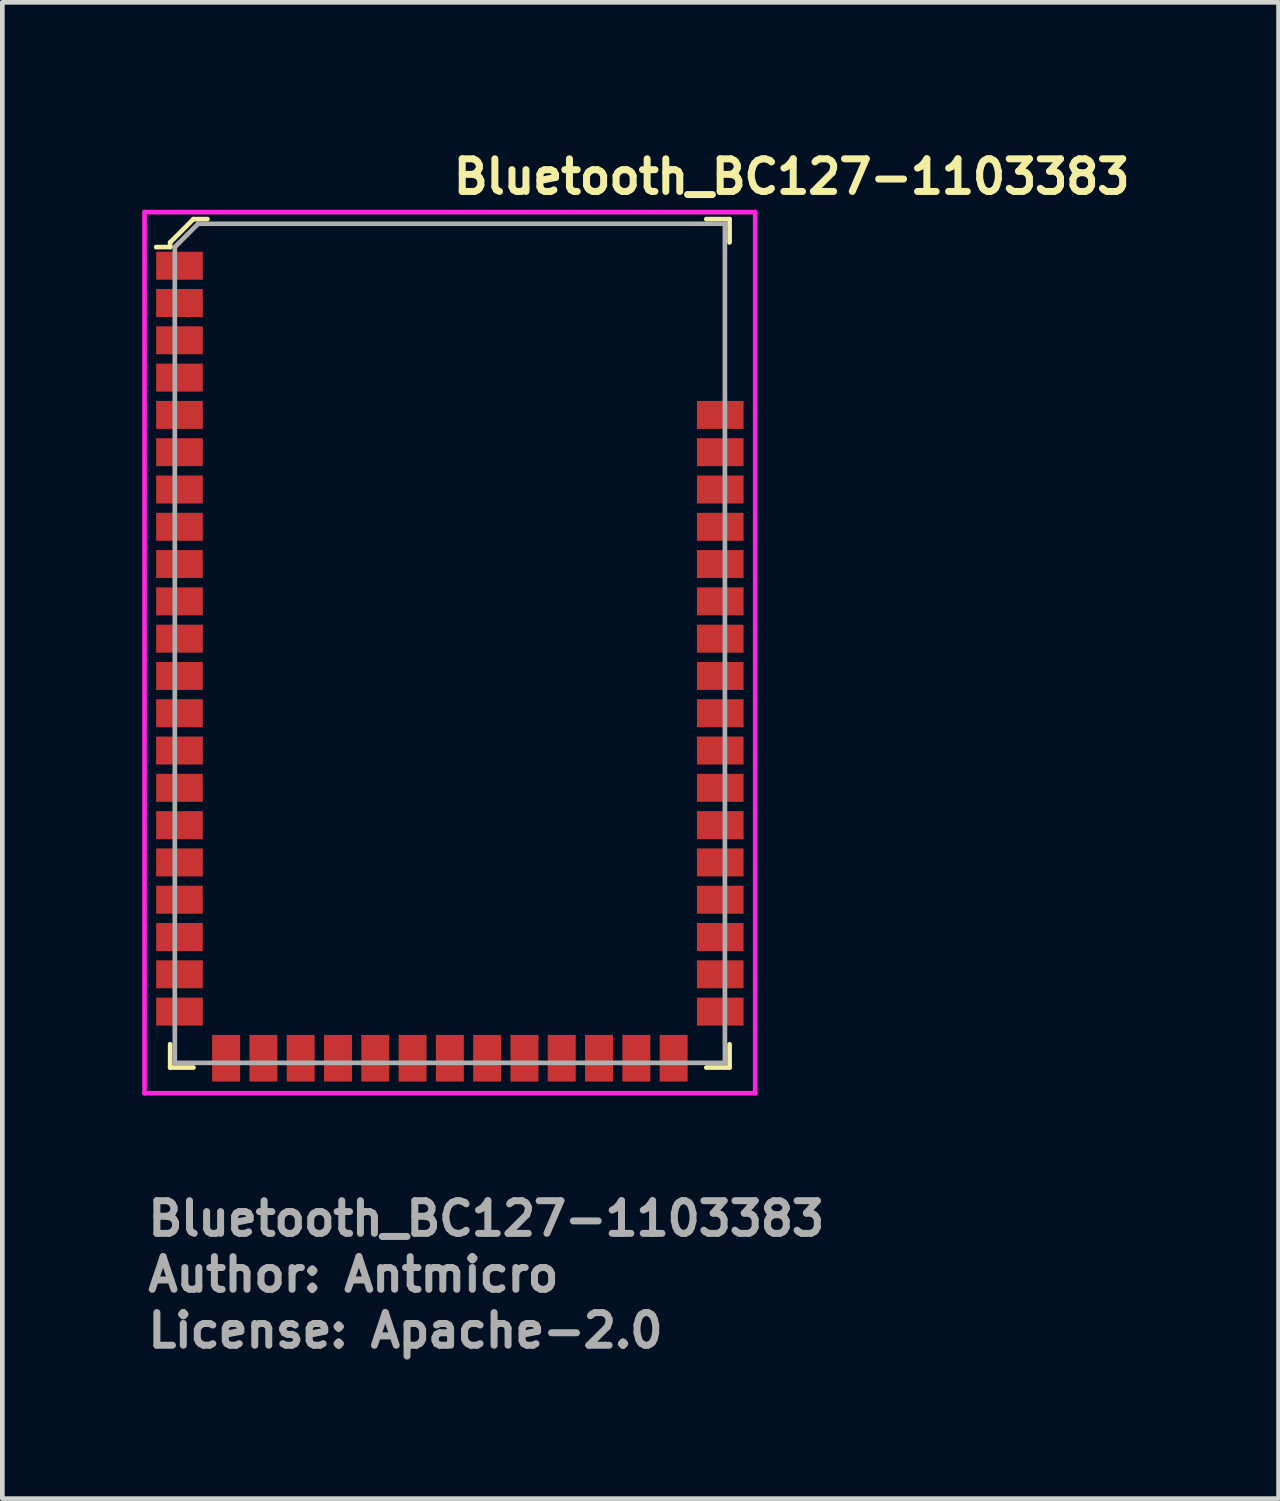
<source format=kicad_pcb>
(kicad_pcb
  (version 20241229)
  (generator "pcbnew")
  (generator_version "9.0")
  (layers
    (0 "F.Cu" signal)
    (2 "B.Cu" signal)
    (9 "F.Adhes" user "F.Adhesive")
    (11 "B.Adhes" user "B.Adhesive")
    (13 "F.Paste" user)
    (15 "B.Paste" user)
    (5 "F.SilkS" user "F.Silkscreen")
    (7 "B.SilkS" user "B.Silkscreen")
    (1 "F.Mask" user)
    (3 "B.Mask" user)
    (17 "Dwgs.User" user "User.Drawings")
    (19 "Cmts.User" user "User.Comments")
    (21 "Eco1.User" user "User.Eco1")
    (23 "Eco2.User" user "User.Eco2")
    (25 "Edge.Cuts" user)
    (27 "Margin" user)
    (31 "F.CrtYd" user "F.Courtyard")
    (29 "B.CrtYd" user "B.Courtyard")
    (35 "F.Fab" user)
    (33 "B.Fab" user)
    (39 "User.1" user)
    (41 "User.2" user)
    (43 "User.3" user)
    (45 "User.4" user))
  (footprint "Bluetooth_BC127-1103383"
    (layer "F.Cu")
    (at 6.6 10.75)
    (property "Reference" "Bluetooth_BC127-1103383" (at 0 -9.6 0) (layer "F.SilkS") (effects (font (size 0.7 0.7) (thickness 0.15)) (justify left bottom)))
    (attr smd)
    (fp_line (start -6 -8.6) (end -6 -8.5) (stroke (width 0.1) (type solid)) (layer "F.SilkS"))
    (fp_line (start -6 -8.5) (end -6.3 -8.5) (stroke (width 0.1) (type solid)) (layer "F.SilkS"))
    (fp_line (start -6 9.1) (end -6 8.6) (stroke (width 0.1) (type solid)) (layer "F.SilkS"))
    (fp_line (start -6 9.1) (end -5.5 9.1) (stroke (width 0.1) (type solid)) (layer "F.SilkS"))
    (fp_line (start -5.5 -9.1) (end -6 -8.6) (stroke (width 0.1) (type solid)) (layer "F.SilkS"))
    (fp_line (start -5.2 -9.1) (end -5.5 -9.1) (stroke (width 0.1) (type solid)) (layer "F.SilkS"))
    (fp_line (start 6 -9.1) (end 5.5 -9.1) (stroke (width 0.1) (type solid)) (layer "F.SilkS"))
    (fp_line (start 6 -9.1) (end 6 -8.6) (stroke (width 0.1) (type solid)) (layer "F.SilkS"))
    (fp_line (start 6 9.1) (end 5.5 9.1) (stroke (width 0.1) (type solid)) (layer "F.SilkS"))
    (fp_line (start 6 9.1) (end 6 8.6) (stroke (width 0.1) (type solid)) (layer "F.SilkS"))
    (fp_line (start -6.55 9.65) (end -6.55 -9.25) (stroke (width 0.1) (type solid)) (layer "F.CrtYd"))
    (fp_line (start 6.55 -9.25) (end -6.55 -9.25) (stroke (width 0.1) (type solid)) (layer "F.CrtYd"))
    (fp_line (start 6.55 9.65) (end -6.55 9.65) (stroke (width 0.1) (type solid)) (layer "F.CrtYd"))
    (fp_line (start 6.55 9.65) (end 6.55 -9.25) (stroke (width 0.1) (type solid)) (layer "F.CrtYd"))
    (fp_line (start -5.9 -8.5) (end -5.9 9) (stroke (width 0.1) (type solid)) (layer "F.Fab"))
    (fp_line (start -5.9 -8.5) (end -5.4 -9) (stroke (width 0.1) (type solid)) (layer "F.Fab"))
    (fp_line (start -5.9 9) (end 5.9 9) (stroke (width 0.1) (type solid)) (layer "F.Fab"))
    (fp_line (start -5.4 -9) (end 5.9 -9) (stroke (width 0.1) (type solid)) (layer "F.Fab"))
    (fp_line (start 5.9 -9) (end 5.9 9) (stroke (width 0.1) (type solid)) (layer "F.Fab"))
    (fp_text user "License: Apache-2.0" (at -6.55 15.15 0) (layer "F.Fab") (effects (font (size 0.7 0.7) (thickness 0.15)) (justify left bottom)))
    (fp_text user "${REFERENCE}" (at -6.55 12.75 0) (layer "F.Fab") (effects (font (size 0.7 0.7) (thickness 0.15)) (justify left bottom)))
    (fp_text user "Author: Antmicro" (at -6.55 13.95 0) (layer "F.Fab") (effects (font (size 0.7 0.7) (thickness 0.15)) (justify left bottom)))
    (pad "1" smd rect (at -5.8 -8.1) (size 1 0.6) (layers "F.Cu" "F.Mask" "F.Paste"))
    (pad "2" smd rect (at -5.8 -7.3) (size 1 0.6) (layers "F.Cu" "F.Mask" "F.Paste"))
    (pad "3" smd rect (at -5.8 -6.5) (size 1 0.6) (layers "F.Cu" "F.Mask" "F.Paste"))
    (pad "4" smd rect (at -5.8 -5.7) (size 1 0.6) (layers "F.Cu" "F.Mask" "F.Paste"))
    (pad "5" smd rect (at -5.8 -4.9) (size 1 0.6) (layers "F.Cu" "F.Mask" "F.Paste"))
    (pad "6" smd rect (at -5.8 -4.1) (size 1 0.6) (layers "F.Cu" "F.Mask" "F.Paste"))
    (pad "7" smd rect (at -5.8 -3.3) (size 1 0.6) (layers "F.Cu" "F.Mask" "F.Paste"))
    (pad "8" smd rect (at -5.8 -2.5) (size 1 0.6) (layers "F.Cu" "F.Mask" "F.Paste"))
    (pad "9" smd rect (at -5.8 -1.7) (size 1 0.6) (layers "F.Cu" "F.Mask" "F.Paste"))
    (pad "10" smd rect (at -5.8 -0.9) (size 1 0.6) (layers "F.Cu" "F.Mask" "F.Paste"))
    (pad "11" smd rect (at -5.8 -0.1) (size 1 0.6) (layers "F.Cu" "F.Mask" "F.Paste"))
    (pad "12" smd rect (at -5.8 0.7) (size 1 0.6) (layers "F.Cu" "F.Mask" "F.Paste"))
    (pad "13" smd rect (at -5.8 1.5) (size 1 0.6) (layers "F.Cu" "F.Mask" "F.Paste"))
    (pad "14" smd rect (at -5.8 2.3) (size 1 0.6) (layers "F.Cu" "F.Mask" "F.Paste"))
    (pad "15" smd rect (at -5.8 3.1) (size 1 0.6) (layers "F.Cu" "F.Mask" "F.Paste"))
    (pad "16" smd rect (at -5.8 3.9) (size 1 0.6) (layers "F.Cu" "F.Mask" "F.Paste"))
    (pad "17" smd rect (at -5.8 4.7) (size 1 0.6) (layers "F.Cu" "F.Mask" "F.Paste"))
    (pad "18" smd rect (at -5.8 5.5) (size 1 0.6) (layers "F.Cu" "F.Mask" "F.Paste"))
    (pad "19" smd rect (at -5.8 6.3) (size 1 0.6) (layers "F.Cu" "F.Mask" "F.Paste"))
    (pad "20" smd rect (at -5.8 7.1) (size 1 0.6) (layers "F.Cu" "F.Mask" "F.Paste"))
    (pad "21" smd rect (at -5.8 7.9) (size 1 0.6) (layers "F.Cu" "F.Mask" "F.Paste"))
    (pad "22" smd rect (at -4 8.9) (size 0.6 1) (layers "F.Cu" "F.Mask" "F.Paste"))
    (pad "23" smd rect (at -4.8 8.9) (size 0.6 1) (layers "F.Cu" "F.Mask" "F.Paste"))
    (pad "24" smd rect (at -3.2 8.9) (size 0.6 1) (layers "F.Cu" "F.Mask" "F.Paste"))
    (pad "25" smd rect (at -2.4 8.9) (size 0.6 1) (layers "F.Cu" "F.Mask" "F.Paste"))
    (pad "26" smd rect (at -1.6 8.9) (size 0.6 1) (layers "F.Cu" "F.Mask" "F.Paste"))
    (pad "27" smd rect (at -0.8 8.9) (size 0.6 1) (layers "F.Cu" "F.Mask" "F.Paste"))
    (pad "28" smd rect (at 0 8.9) (size 0.6 1) (layers "F.Cu" "F.Mask" "F.Paste"))
    (pad "29" smd rect (at 0.8 8.9) (size 0.6 1) (layers "F.Cu" "F.Mask" "F.Paste"))
    (pad "30" smd rect (at 1.6 8.9) (size 0.6 1) (layers "F.Cu" "F.Mask" "F.Paste"))
    (pad "31" smd rect (at 2.4 8.9) (size 0.6 1) (layers "F.Cu" "F.Mask" "F.Paste"))
    (pad "32" smd rect (at 3.2 8.9) (size 0.6 1) (layers "F.Cu" "F.Mask" "F.Paste"))
    (pad "33" smd rect (at 4 8.9) (size 0.6 1) (layers "F.Cu" "F.Mask" "F.Paste"))
    (pad "34" smd rect (at 4.8 8.9) (size 0.6 1) (layers "F.Cu" "F.Mask" "F.Paste"))
    (pad "35" smd rect (at 5.8 7.9) (size 1 0.6) (layers "F.Cu" "F.Mask" "F.Paste"))
    (pad "36" smd rect (at 5.8 7.1) (size 1 0.6) (layers "F.Cu" "F.Mask" "F.Paste"))
    (pad "37" smd rect (at 5.8 6.3) (size 1 0.6) (layers "F.Cu" "F.Mask" "F.Paste"))
    (pad "38" smd rect (at 5.8 5.5) (size 1 0.6) (layers "F.Cu" "F.Mask" "F.Paste"))
    (pad "39" smd rect (at 5.8 4.7) (size 1 0.6) (layers "F.Cu" "F.Mask" "F.Paste"))
    (pad "40" smd rect (at 5.8 3.9) (size 1 0.6) (layers "F.Cu" "F.Mask" "F.Paste"))
    (pad "41" smd rect (at 5.8 3.1) (size 1 0.6) (layers "F.Cu" "F.Mask" "F.Paste"))
    (pad "42" smd rect (at 5.8 2.3) (size 1 0.6) (layers "F.Cu" "F.Mask" "F.Paste"))
    (pad "43" smd rect (at 5.8 1.5) (size 1 0.6) (layers "F.Cu" "F.Mask" "F.Paste"))
    (pad "44" smd rect (at 5.8 0.7) (size 1 0.6) (layers "F.Cu" "F.Mask" "F.Paste"))
    (pad "45" smd rect (at 5.8 -0.1) (size 1 0.6) (layers "F.Cu" "F.Mask" "F.Paste"))
    (pad "46" smd rect (at 5.8 -0.9) (size 1 0.6) (layers "F.Cu" "F.Mask" "F.Paste"))
    (pad "47" smd rect (at 5.8 -1.7) (size 1 0.6) (layers "F.Cu" "F.Mask" "F.Paste"))
    (pad "48" smd rect (at 5.8 -2.5) (size 1 0.6) (layers "F.Cu" "F.Mask" "F.Paste"))
    (pad "49" smd rect (at 5.8 -3.3) (size 1 0.6) (layers "F.Cu" "F.Mask" "F.Paste"))
    (pad "50" smd rect (at 5.8 -4.1) (size 1 0.6) (layers "F.Cu" "F.Mask" "F.Paste"))
    (pad "51" smd rect (at 5.8 -4.9) (size 1 0.6) (layers "F.Cu" "F.Mask" "F.Paste")))
  (gr_rect
    (start -3 -3)
    (end 24.377 29.096)
    (stroke (width 0.1) (type default))
    (fill no)
    (layer "Edge.Cuts")))
</source>
